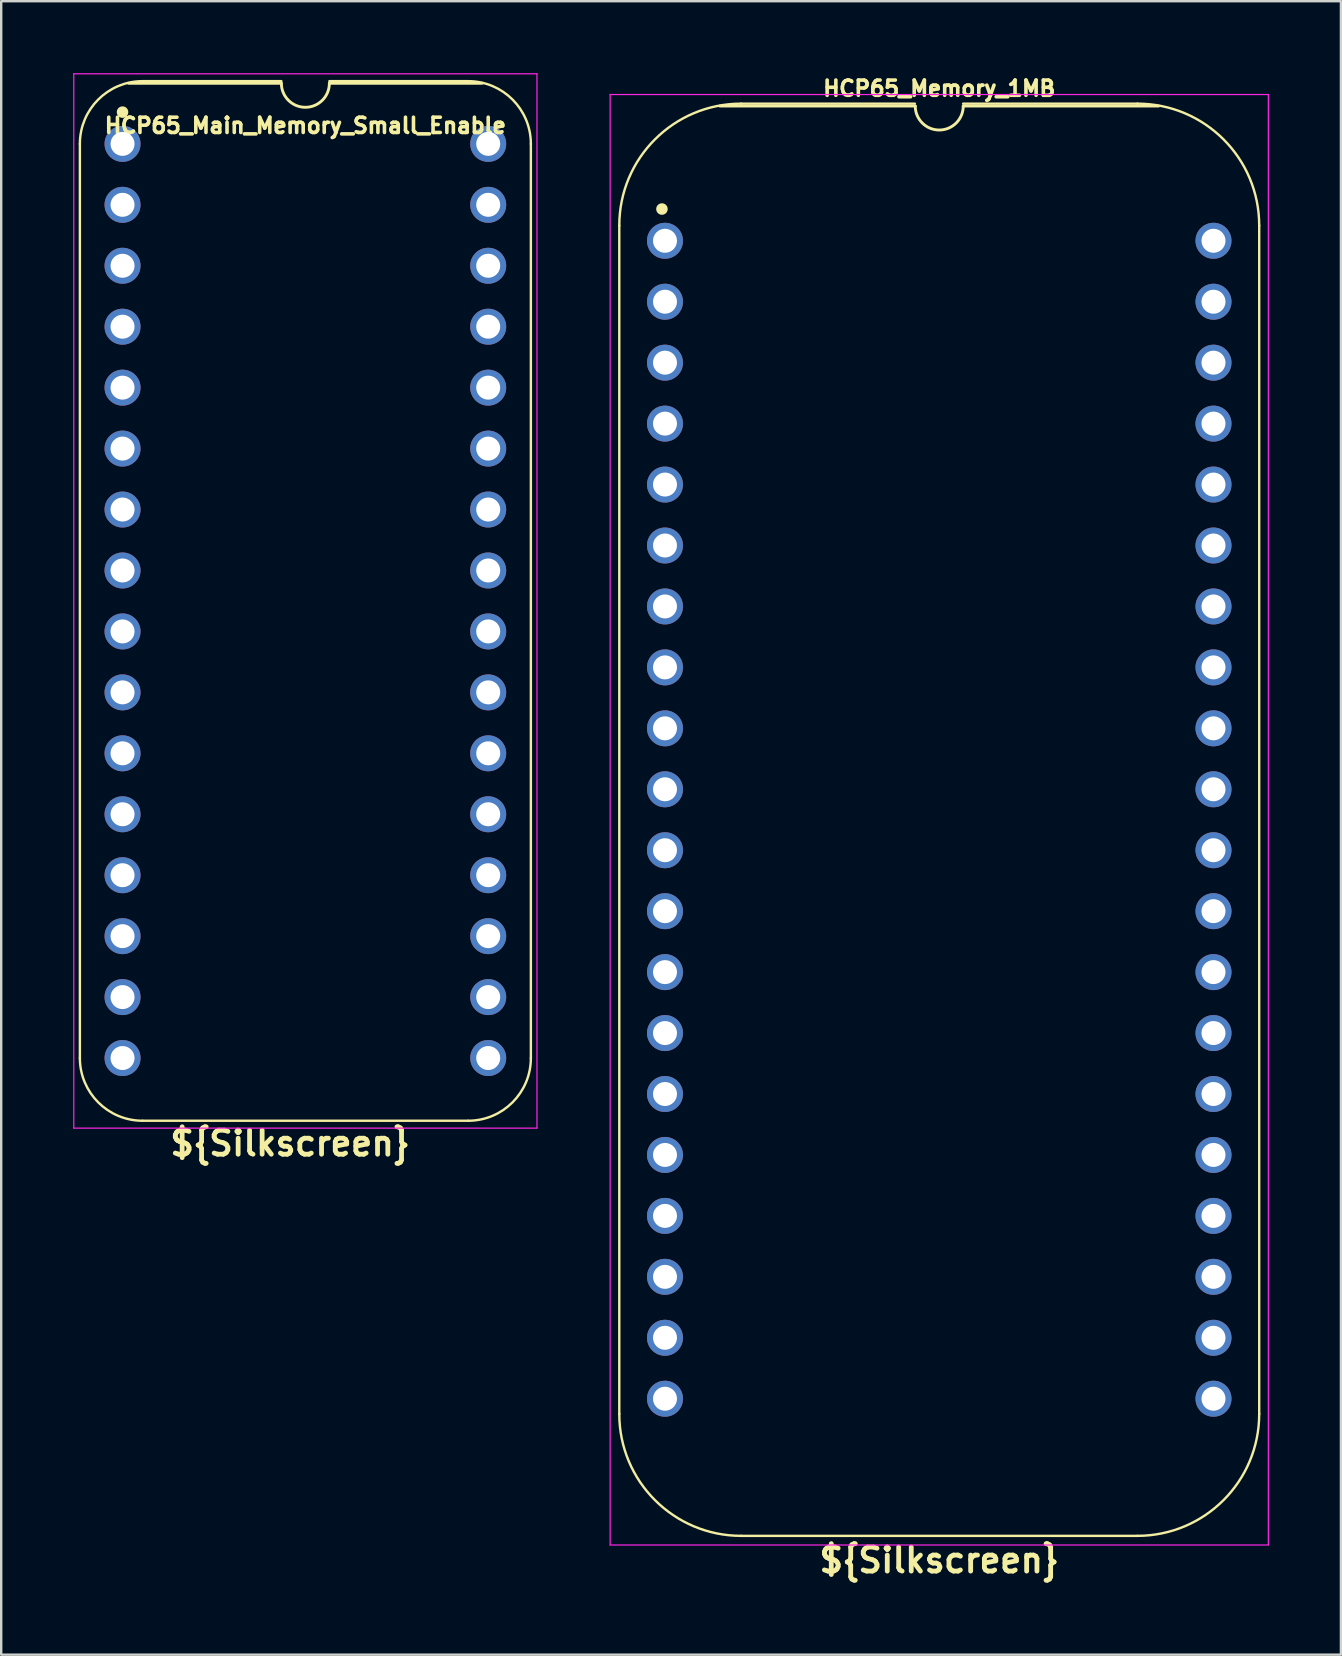
<source format=kicad_pcb>
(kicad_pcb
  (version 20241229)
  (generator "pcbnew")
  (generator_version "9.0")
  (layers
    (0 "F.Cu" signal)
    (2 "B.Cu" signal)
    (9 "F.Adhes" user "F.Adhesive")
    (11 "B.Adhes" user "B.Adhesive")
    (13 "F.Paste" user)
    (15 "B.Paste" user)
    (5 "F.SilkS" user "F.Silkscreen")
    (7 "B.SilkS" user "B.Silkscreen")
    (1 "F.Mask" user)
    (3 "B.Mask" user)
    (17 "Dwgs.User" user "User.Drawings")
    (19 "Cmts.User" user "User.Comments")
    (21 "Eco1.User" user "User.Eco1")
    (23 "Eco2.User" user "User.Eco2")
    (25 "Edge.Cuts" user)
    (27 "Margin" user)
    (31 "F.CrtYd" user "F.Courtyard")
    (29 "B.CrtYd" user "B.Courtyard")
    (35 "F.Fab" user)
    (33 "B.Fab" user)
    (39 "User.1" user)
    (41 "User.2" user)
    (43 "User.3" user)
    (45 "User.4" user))
  (footprint "HCP65_Main_Memory_Small_Enable"
    (layer "F.Cu")
    (at 2.057 2.946)
    (property "Reference" "HCP65_Main_Memory_Small_Enable" (at 7.62 -0.762 0) (layer "F.SilkS") (effects (font (size 0.635 0.635) (thickness 0.15))))
    (property "Silkscreen" "${Silkscreen}" (at 6.985 41.656 0) (layer "F.SilkS") (effects (font (size 1 1) (thickness 0.2))))
    (attr through_hole)
    (fp_line (start -1.778 38.1) (end -1.778 0) (stroke (width 0.1) (type solid)) (layer "F.SilkS"))
    (fp_line (start 0.836 -2.614) (end 6.62 -2.614) (stroke (width 0.1) (type solid)) (layer "F.SilkS"))
    (fp_line (start 6.62 -2.524) (end 0.254 -2.524) (stroke (width 0.12) (type solid)) (layer "F.SilkS"))
    (fp_line (start 8.62 -2.614) (end 14.404 -2.614) (stroke (width 0.1) (type solid)) (layer "F.SilkS"))
    (fp_line (start 14.404 40.714) (end 0.836 40.714) (stroke (width 0.1) (type solid)) (layer "F.SilkS"))
    (fp_line (start 14.986 -2.524) (end 8.62 -2.524) (stroke (width 0.12) (type solid)) (layer "F.SilkS"))
    (fp_line (start 17.018 38.1) (end 17.018 -0.000001) (stroke (width 0.1) (type solid)) (layer "F.SilkS"))
    (fp_arc (start -1.778 0) (mid -1.012456 -1.848188) (end 0.835732 -2.613732) (stroke (width 0.1) (type solid)) (layer "F.SilkS"))
    (fp_arc (start 0.835733 40.713733) (mid -1.012456 39.948189) (end -1.778 38.1) (stroke (width 0.1) (type solid)) (layer "F.SilkS"))
    (fp_arc (start 8.62 -2.524) (mid 7.62 -1.524) (end 6.62 -2.524) (stroke (width 0.12) (type solid)) (layer "F.SilkS"))
    (fp_arc (start 14.404267 -2.613733) (mid 16.252455 -1.848189) (end 17.017999 -0.000001) (stroke (width 0.1) (type solid)) (layer "F.SilkS"))
    (fp_arc (start 17.018 38.1) (mid 16.252455 39.948187) (end 14.404268 40.713732) (stroke (width 0.1) (type solid)) (layer "F.SilkS"))
    (fp_circle (center 0 -1.323) (end 0.18 -1.323) (stroke (width 0.12) (type solid)) (fill yes) (layer "F.SilkS"))
    (fp_line (start -2.032 -2.921) (end -2.032 41.021) (stroke (width 0.05) (type solid)) (layer "F.CrtYd"))
    (fp_line (start -2.032 -2.921) (end 17.272 -2.921) (stroke (width 0.05) (type solid)) (layer "F.CrtYd"))
    (fp_line (start -2.032 41.021) (end 17.272 41.021) (stroke (width 0.05) (type solid)) (layer "F.CrtYd"))
    (fp_line (start 17.272 -2.921) (end 17.272 41.021) (stroke (width 0.05) (type solid)) (layer "F.CrtYd"))
    (pad "1" thru_hole circle (at 0 0) (size 1.5 1.5) (drill 1) (layers "*.Cu" "*.Mask"))
    (pad "2" thru_hole circle (at 0 2.54) (size 1.5 1.5) (drill 1) (layers "*.Cu" "*.Mask"))
    (pad "3" thru_hole circle (at 0 5.08) (size 1.5 1.5) (drill 1) (layers "*.Cu" "*.Mask"))
    (pad "4" thru_hole circle (at 0 7.62) (size 1.5 1.5) (drill 1) (layers "*.Cu" "*.Mask"))
    (pad "5" thru_hole circle (at 0 10.16) (size 1.5 1.5) (drill 1) (layers "*.Cu" "*.Mask"))
    (pad "6" thru_hole circle (at 0 12.7) (size 1.5 1.5) (drill 1) (layers "*.Cu" "*.Mask"))
    (pad "7" thru_hole circle (at 0 15.24) (size 1.5 1.5) (drill 1) (layers "*.Cu" "*.Mask"))
    (pad "8" thru_hole circle (at 0 17.78) (size 1.5 1.5) (drill 1) (layers "*.Cu" "*.Mask"))
    (pad "9" thru_hole circle (at 0 20.32) (size 1.5 1.5) (drill 1) (layers "*.Cu" "*.Mask"))
    (pad "10" thru_hole circle (at 0 22.86) (size 1.5 1.5) (drill 1) (layers "*.Cu" "*.Mask"))
    (pad "11" thru_hole circle (at 0 25.4) (size 1.5 1.5) (drill 1) (layers "*.Cu" "*.Mask"))
    (pad "12" thru_hole circle (at 0 27.94) (size 1.5 1.5) (drill 1) (layers "*.Cu" "*.Mask"))
    (pad "13" thru_hole circle (at 0 30.48) (size 1.5 1.5) (drill 1) (layers "*.Cu" "*.Mask"))
    (pad "14" thru_hole circle (at 0 33.02) (size 1.5 1.5) (drill 1) (layers "*.Cu" "*.Mask"))
    (pad "15" thru_hole circle (at 0 35.56) (size 1.5 1.5) (drill 1) (layers "*.Cu" "*.Mask"))
    (pad "16" thru_hole circle (at 0 38.1) (size 1.5 1.5) (drill 1) (layers "*.Cu" "*.Mask"))
    (pad "17" thru_hole circle (at 15.24 38.1) (size 1.5 1.5) (drill 1) (layers "*.Cu" "*.Mask"))
    (pad "18" thru_hole circle (at 15.24 35.56) (size 1.5 1.5) (drill 1) (layers "*.Cu" "*.Mask"))
    (pad "19" thru_hole circle (at 15.24 33.02) (size 1.5 1.5) (drill 1) (layers "*.Cu" "*.Mask"))
    (pad "20" thru_hole circle (at 15.24 30.48) (size 1.5 1.5) (drill 1) (layers "*.Cu" "*.Mask"))
    (pad "21" thru_hole circle (at 15.24 27.94) (size 1.5 1.5) (drill 1) (layers "*.Cu" "*.Mask"))
    (pad "22" thru_hole circle (at 15.24 25.4) (size 1.5 1.5) (drill 1) (layers "*.Cu" "*.Mask"))
    (pad "23" thru_hole circle (at 15.24 22.86) (size 1.5 1.5) (drill 1) (layers "*.Cu" "*.Mask"))
    (pad "24" thru_hole circle (at 15.24 20.32) (size 1.5 1.5) (drill 1) (layers "*.Cu" "*.Mask"))
    (pad "25" thru_hole circle (at 15.24 17.78) (size 1.5 1.5) (drill 1) (layers "*.Cu" "*.Mask"))
    (pad "26" thru_hole circle (at 15.24 15.24) (size 1.5 1.5) (drill 1) (layers "*.Cu" "*.Mask"))
    (pad "27" thru_hole circle (at 15.24 12.7) (size 1.5 1.5) (drill 1) (layers "*.Cu" "*.Mask"))
    (pad "28" thru_hole circle (at 15.24 10.16) (size 1.5 1.5) (drill 1) (layers "*.Cu" "*.Mask"))
    (pad "29" thru_hole circle (at 15.24 7.62) (size 1.5 1.5) (drill 1) (layers "*.Cu" "*.Mask"))
    (pad "30" thru_hole circle (at 15.24 5.08) (size 1.5 1.5) (drill 1) (layers "*.Cu" "*.Mask"))
    (pad "31" thru_hole circle (at 15.24 2.54) (size 1.5 1.5) (drill 1) (layers "*.Cu" "*.Mask"))
    (pad "32" thru_hole circle (at 15.24 0) (size 1.5 1.5) (drill 1) (layers "*.Cu" "*.Mask")))
  (footprint "HCP65_Memory_1MB"
    (layer "F.Cu")
    (at 24.665 6.985)
    (property "Reference" "HCP65_Memory_1MB" (at 11.43 -6.35 0) (layer "F.SilkS") (effects (font (size 0.635 0.635) (thickness 0.15))))
    (property "Silkscreen" "${Silkscreen}" (at 11.43 54.991 0) (layer "F.SilkS") (effects (font (size 1 1) (thickness 0.2))))
    (attr through_hole)
    (fp_line (start -1.905 -0.635) (end -1.905 48.895) (stroke (width 0.1) (type solid)) (layer "F.SilkS"))
    (fp_line (start 10.414 -5.715) (end 3.175 -5.715) (stroke (width 0.1) (type solid)) (layer "F.SilkS"))
    (fp_line (start 10.43 -5.616) (end 2.286 -5.616) (stroke (width 0.12) (type solid)) (layer "F.SilkS"))
    (fp_line (start 19.685 -5.715) (end 12.425 -5.715) (stroke (width 0.1) (type solid)) (layer "F.SilkS"))
    (fp_line (start 19.685 53.975) (end 3.175 53.975) (stroke (width 0.1) (type solid)) (layer "F.SilkS"))
    (fp_line (start 20.574 -5.616) (end 12.43 -5.616) (stroke (width 0.12) (type solid)) (layer "F.SilkS"))
    (fp_line (start 24.765 48.895) (end 24.765 -0.635) (stroke (width 0.1) (type solid)) (layer "F.SilkS"))
    (fp_arc (start -1.905 -0.635) (mid -0.417102 -4.227102) (end 3.175 -5.715) (stroke (width 0.1) (type solid)) (layer "F.SilkS"))
    (fp_arc (start 3.175 53.975) (mid -0.417102 52.487102) (end -1.905 48.895) (stroke (width 0.1) (type solid)) (layer "F.SilkS"))
    (fp_arc (start 12.43 -5.616) (mid 11.43 -4.616) (end 10.43 -5.616) (stroke (width 0.12) (type solid)) (layer "F.SilkS"))
    (fp_arc (start 19.685 -5.715) (mid 23.277102 -4.227102) (end 24.765 -0.635) (stroke (width 0.1) (type solid)) (layer "F.SilkS"))
    (fp_arc (start 24.765 48.895) (mid 23.277102 52.487102) (end 19.685 53.975) (stroke (width 0.1) (type solid)) (layer "F.SilkS"))
    (fp_circle (center -0.127 -1.323) (end 0.053 -1.323) (stroke (width 0.12) (type solid)) (fill yes) (layer "F.SilkS"))
    (fp_line (start -2.286 -6.096) (end -2.286 54.356) (stroke (width 0.05) (type solid)) (layer "F.CrtYd"))
    (fp_line (start -2.286 -6.096) (end 25.146 -6.096) (stroke (width 0.05) (type solid)) (layer "F.CrtYd"))
    (fp_line (start -2.286 54.356) (end 25.146 54.356) (stroke (width 0.05) (type solid)) (layer "F.CrtYd"))
    (fp_line (start 25.146 54.356) (end 25.146 -6.096) (stroke (width 0.05) (type solid)) (layer "F.CrtYd"))
    (pad "1" thru_hole circle (at 0 0) (size 1.5 1.5) (drill 1) (layers "*.Cu" "*.Mask"))
    (pad "2" thru_hole circle (at 0 2.54) (size 1.5 1.5) (drill 1) (layers "*.Cu" "*.Mask"))
    (pad "3" thru_hole circle (at 0 5.08) (size 1.5 1.5) (drill 1) (layers "*.Cu" "*.Mask"))
    (pad "4" thru_hole circle (at 0 7.62) (size 1.5 1.5) (drill 1) (layers "*.Cu" "*.Mask"))
    (pad "5" thru_hole circle (at 0 10.16) (size 1.5 1.5) (drill 1) (layers "*.Cu" "*.Mask"))
    (pad "6" thru_hole circle (at 0 12.7) (size 1.5 1.5) (drill 1) (layers "*.Cu" "*.Mask"))
    (pad "7" thru_hole circle (at 0 15.24) (size 1.5 1.5) (drill 1) (layers "*.Cu" "*.Mask"))
    (pad "8" thru_hole circle (at 0 17.78) (size 1.5 1.5) (drill 1) (layers "*.Cu" "*.Mask"))
    (pad "9" thru_hole circle (at 0 20.32) (size 1.5 1.5) (drill 1) (layers "*.Cu" "*.Mask"))
    (pad "10" thru_hole circle (at 0 22.86) (size 1.5 1.5) (drill 1) (layers "*.Cu" "*.Mask"))
    (pad "11" thru_hole circle (at 0 25.4) (size 1.5 1.5) (drill 1) (layers "*.Cu" "*.Mask"))
    (pad "12" thru_hole circle (at 0 27.94) (size 1.5 1.5) (drill 1) (layers "*.Cu" "*.Mask"))
    (pad "13" thru_hole circle (at 0 30.48) (size 1.5 1.5) (drill 1) (layers "*.Cu" "*.Mask"))
    (pad "14" thru_hole circle (at 0 33.02) (size 1.5 1.5) (drill 1) (layers "*.Cu" "*.Mask"))
    (pad "15" thru_hole circle (at 0 35.56) (size 1.5 1.5) (drill 1) (layers "*.Cu" "*.Mask"))
    (pad "16" thru_hole circle (at 0 38.1) (size 1.5 1.5) (drill 1) (layers "*.Cu" "*.Mask"))
    (pad "17" thru_hole circle (at 0 40.64) (size 1.5 1.5) (drill 1) (layers "*.Cu" "*.Mask"))
    (pad "18" thru_hole circle (at 0 43.18) (size 1.5 1.5) (drill 1) (layers "*.Cu" "*.Mask"))
    (pad "19" thru_hole circle (at 0 45.72) (size 1.5 1.5) (drill 1) (layers "*.Cu" "*.Mask"))
    (pad "20" thru_hole circle (at 0 48.26) (size 1.5 1.5) (drill 1) (layers "*.Cu" "*.Mask"))
    (pad "21" thru_hole circle (at 22.86 48.26) (size 1.5 1.5) (drill 1) (layers "*.Cu" "*.Mask"))
    (pad "22" thru_hole circle (at 22.86 45.72) (size 1.5 1.5) (drill 1) (layers "*.Cu" "*.Mask"))
    (pad "23" thru_hole circle (at 22.86 43.18) (size 1.5 1.5) (drill 1) (layers "*.Cu" "*.Mask"))
    (pad "24" thru_hole circle (at 22.86 40.64) (size 1.5 1.5) (drill 1) (layers "*.Cu" "*.Mask"))
    (pad "25" thru_hole circle (at 22.86 38.1) (size 1.5 1.5) (drill 1) (layers "*.Cu" "*.Mask"))
    (pad "26" thru_hole circle (at 22.86 35.56) (size 1.5 1.5) (drill 1) (layers "*.Cu" "*.Mask"))
    (pad "27" thru_hole circle (at 22.86 33.02) (size 1.5 1.5) (drill 1) (layers "*.Cu" "*.Mask"))
    (pad "28" thru_hole circle (at 22.86 30.48) (size 1.5 1.5) (drill 1) (layers "*.Cu" "*.Mask"))
    (pad "29" thru_hole circle (at 22.86 27.94) (size 1.5 1.5) (drill 1) (layers "*.Cu" "*.Mask"))
    (pad "30" thru_hole circle (at 22.86 25.4) (size 1.5 1.5) (drill 1) (layers "*.Cu" "*.Mask"))
    (pad "31" thru_hole circle (at 22.86 22.86) (size 1.5 1.5) (drill 1) (layers "*.Cu" "*.Mask"))
    (pad "32" thru_hole circle (at 22.86 20.32) (size 1.5 1.5) (drill 1) (layers "*.Cu" "*.Mask"))
    (pad "33" thru_hole circle (at 22.86 17.78) (size 1.5 1.5) (drill 1) (layers "*.Cu" "*.Mask"))
    (pad "34" thru_hole circle (at 22.86 15.24) (size 1.5 1.5) (drill 1) (layers "*.Cu" "*.Mask"))
    (pad "35" thru_hole circle (at 22.86 12.7) (size 1.5 1.5) (drill 1) (layers "*.Cu" "*.Mask"))
    (pad "36" thru_hole circle (at 22.86 10.16) (size 1.5 1.5) (drill 1) (layers "*.Cu" "*.Mask"))
    (pad "37" thru_hole circle (at 22.86 7.62) (size 1.5 1.5) (drill 1) (layers "*.Cu" "*.Mask"))
    (pad "38" thru_hole circle (at 22.86 5.08) (size 1.5 1.5) (drill 1) (layers "*.Cu" "*.Mask"))
    (pad "39" thru_hole circle (at 22.86 2.54) (size 1.5 1.5) (drill 1) (layers "*.Cu" "*.Mask"))
    (pad "40" thru_hole circle (at 22.86 0) (size 1.5 1.5) (drill 1) (layers "*.Cu" "*.Mask")))
  (gr_rect
    (start -3 -3)
    (end 52.836 65.912)
    (stroke (width 0.1) (type default))
    (fill no)
    (layer "Edge.Cuts")))
</source>
